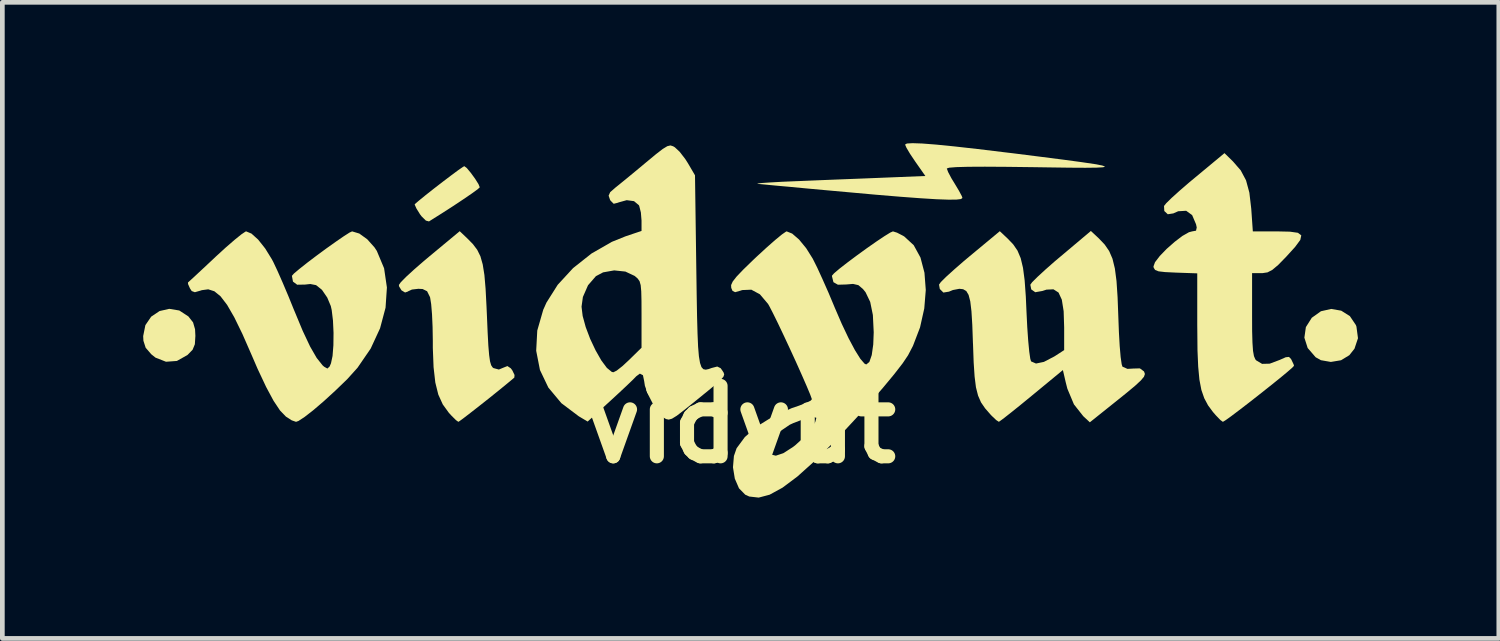
<source format=kicad_pcb>
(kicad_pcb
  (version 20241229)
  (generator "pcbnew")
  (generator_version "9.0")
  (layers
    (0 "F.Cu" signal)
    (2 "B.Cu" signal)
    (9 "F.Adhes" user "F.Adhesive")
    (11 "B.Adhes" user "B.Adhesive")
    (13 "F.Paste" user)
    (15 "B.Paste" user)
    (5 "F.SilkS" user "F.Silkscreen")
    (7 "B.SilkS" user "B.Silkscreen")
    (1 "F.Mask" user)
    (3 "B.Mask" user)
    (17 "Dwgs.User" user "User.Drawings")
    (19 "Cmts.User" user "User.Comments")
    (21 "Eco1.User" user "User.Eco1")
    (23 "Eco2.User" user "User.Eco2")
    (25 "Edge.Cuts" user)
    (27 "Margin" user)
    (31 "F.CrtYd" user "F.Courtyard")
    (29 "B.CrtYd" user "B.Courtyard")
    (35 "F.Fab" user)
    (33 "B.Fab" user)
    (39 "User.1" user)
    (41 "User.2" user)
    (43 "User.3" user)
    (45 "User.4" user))
  (footprint "vidyut"
    (layer "F.Cu")
    (at 12.728 5.992)
    (property "Reference" "vidyut" (at 0 0 0) (layer "F.SilkS") (effects (font (size 1.5 1.5) (thickness 0.3))))
    (attr board_only exclude_from_pos_files exclude_from_bom)
    (fp_poly (pts (xy 12.793 -2.424) (xy 12.977 -2.308) (xy 13.105 -2.118) (xy 13.117 -2.085) (xy 13.15 -1.837) (xy 13.075 -1.613) (xy 12.965 -1.475) (xy 12.789 -1.368) (xy 12.572 -1.332) (xy 12.36 -1.369) (xy 12.248 -1.432) (xy 12.078 -1.629) (xy 12.008 -1.849) (xy 12.04 -2.074) (xy 12.166 -2.273) (xy 12.361 -2.412) (xy 12.579 -2.461)) (stroke (width 0) (type solid)) (fill yes) (layer "F.SilkS"))
    (fp_poly (pts (xy -11.959 -2.428) (xy -11.763 -2.3) (xy -11.763 -2.299) (xy -11.665 -2.174) (xy -11.623 -2.028) (xy -11.616 -1.887) (xy -11.627 -1.709) (xy -11.675 -1.592) (xy -11.78 -1.484) (xy -11.787 -1.478) (xy -12.01 -1.353) (xy -12.242 -1.336) (xy -12.466 -1.424) (xy -12.555 -1.495) (xy -12.675 -1.634) (xy -12.723 -1.783) (xy -12.728 -1.883) (xy -12.681 -2.116) (xy -12.557 -2.297) (xy -12.379 -2.416) (xy -12.172 -2.463)) (stroke (width 0) (type solid)) (fill yes) (layer "F.SilkS"))
    (fp_poly (pts (xy -5.833 -5.461) (xy -5.748 -5.359) (xy -5.657 -5.234) (xy -5.585 -5.119) (xy -5.558 -5.052) (xy -5.602 -5.011) (xy -5.723 -4.923) (xy -5.903 -4.8) (xy -6.124 -4.653) (xy -6.368 -4.496) (xy -6.618 -4.339) (xy -6.64 -4.325) (xy -6.706 -4.343) (xy -6.799 -4.435) (xy -6.832 -4.479) (xy -6.908 -4.602) (xy -6.943 -4.681) (xy -6.942 -4.693) (xy -6.856 -4.767) (xy -6.715 -4.882) (xy -6.539 -5.021) (xy -6.35 -5.167) (xy -6.168 -5.305) (xy -6.017 -5.417) (xy -5.915 -5.487) (xy -5.887 -5.502)) (stroke (width 0) (type solid)) (fill yes) (layer "F.SilkS"))
    (fp_poly (pts (xy -5.822 -3.962) (xy -5.703 -3.841) (xy -5.612 -3.72) (xy -5.544 -3.582) (xy -5.495 -3.409) (xy -5.459 -3.184) (xy -5.434 -2.89) (xy -5.414 -2.509) (xy -5.406 -2.331) (xy -5.39 -1.955) (xy -5.375 -1.675) (xy -5.358 -1.476) (xy -5.339 -1.343) (xy -5.315 -1.261) (xy -5.284 -1.215) (xy -5.266 -1.201) (xy -5.151 -1.17) (xy -5.06 -1.208) (xy -4.969 -1.244) (xy -4.898 -1.197) (xy -4.866 -1.155) (xy -4.817 -1.054) (xy -4.822 -0.998) (xy -4.962 -0.881) (xy -5.142 -0.734) (xy -5.343 -0.572) (xy -5.548 -0.41) (xy -5.736 -0.263) (xy -5.889 -0.145) (xy -5.988 -0.072) (xy -6.015 -0.056) (xy -6.067 -0.094) (xy -6.163 -0.19) (xy -6.217 -0.249) (xy -6.346 -0.427) (xy -6.441 -0.636) (xy -6.505 -0.894) (xy -6.542 -1.22) (xy -6.558 -1.631) (xy -6.558 -1.78) (xy -6.563 -2.076) (xy -6.575 -2.346) (xy -6.593 -2.563) (xy -6.615 -2.701) (xy -6.619 -2.715) (xy -6.68 -2.838) (xy -6.775 -2.885) (xy -6.866 -2.89) (xy -7.003 -2.874) (xy -7.085 -2.836) (xy -7.088 -2.832) (xy -7.149 -2.811) (xy -7.225 -2.857) (xy -7.276 -2.94) (xy -7.281 -2.972) (xy -7.24 -3.03) (xy -7.128 -3.144) (xy -6.959 -3.299) (xy -6.749 -3.482) (xy -6.633 -3.579) (xy -5.985 -4.117)) (stroke (width 0) (type solid)) (fill yes) (layer "F.SilkS"))
    (fp_poly (pts (xy 3.867 -5.985) (xy 4.163 -5.962) (xy 4.554 -5.923) (xy 5.045 -5.868) (xy 5.639 -5.796) (xy 5.808 -5.776) (xy 6.402 -5.701) (xy 6.886 -5.639) (xy 7.263 -5.588) (xy 7.534 -5.548) (xy 7.7 -5.517) (xy 7.763 -5.494) (xy 7.723 -5.479) (xy 7.583 -5.471) (xy 7.344 -5.468) (xy 7.007 -5.47) (xy 6.573 -5.476) (xy 6.239 -5.481) (xy 5.667 -5.488) (xy 5.203 -5.491) (xy 4.846 -5.489) (xy 4.593 -5.482) (xy 4.442 -5.47) (xy 4.391 -5.453) (xy 4.391 -5.453) (xy 4.419 -5.377) (xy 4.49 -5.243) (xy 4.558 -5.132) (xy 4.649 -4.98) (xy 4.71 -4.866) (xy 4.724 -4.825) (xy 4.693 -4.802) (xy 4.594 -4.79) (xy 4.421 -4.789) (xy 4.169 -4.798) (xy 3.83 -4.819) (xy 3.4 -4.851) (xy 2.871 -4.895) (xy 2.251 -4.951) (xy 1.817 -4.99) (xy 1.413 -5.027) (xy 1.053 -5.061) (xy 0.752 -5.088) (xy 0.525 -5.11) (xy 0.388 -5.123) (xy 0.361 -5.126) (xy 0.36 -5.133) (xy 0.457 -5.144) (xy 0.637 -5.156) (xy 0.887 -5.17) (xy 1.193 -5.183) (xy 1.223 -5.184) (xy 1.631 -5.201) (xy 2.078 -5.219) (xy 2.521 -5.236) (xy 2.918 -5.252) (xy 3.092 -5.259) (xy 3.934 -5.293) (xy 3.718 -5.601) (xy 3.608 -5.765) (xy 3.531 -5.895) (xy 3.502 -5.963) (xy 3.541 -5.985) (xy 3.661 -5.992)) (stroke (width 0) (type solid)) (fill yes) (layer "F.SilkS"))
    (fp_poly (pts (xy 10.486 -5.604) (xy 10.652 -5.413) (xy 10.765 -5.201) (xy 10.836 -4.939) (xy 10.876 -4.598) (xy 10.877 -4.585) (xy 10.91 -4.113) (xy 11.43 -4.113) (xy 11.7 -4.107) (xy 11.87 -4.083) (xy 11.942 -4.028) (xy 11.921 -3.931) (xy 11.81 -3.781) (xy 11.619 -3.571) (xy 11.449 -3.397) (xy 11.325 -3.293) (xy 11.223 -3.24) (xy 11.118 -3.224) (xy 11.092 -3.224) (xy 10.894 -3.224) (xy 10.894 -2.338) (xy 10.895 -1.993) (xy 10.902 -1.742) (xy 10.914 -1.568) (xy 10.934 -1.456) (xy 10.963 -1.388) (xy 10.981 -1.366) (xy 11.107 -1.291) (xy 11.27 -1.295) (xy 11.48 -1.374) (xy 11.611 -1.432) (xy 11.68 -1.439) (xy 11.723 -1.395) (xy 11.734 -1.375) (xy 11.778 -1.282) (xy 11.787 -1.249) (xy 11.746 -1.206) (xy 11.634 -1.109) (xy 11.468 -0.972) (xy 11.266 -0.81) (xy 11.045 -0.635) (xy 10.823 -0.461) (xy 10.617 -0.303) (xy 10.445 -0.173) (xy 10.324 -0.087) (xy 10.272 -0.056) (xy 10.218 -0.095) (xy 10.122 -0.195) (xy 10.062 -0.264) (xy 9.956 -0.407) (xy 9.875 -0.559) (xy 9.814 -0.735) (xy 9.772 -0.954) (xy 9.746 -1.231) (xy 9.731 -1.582) (xy 9.727 -2.025) (xy 9.726 -2.12) (xy 9.726 -3.219) (xy 9.268 -3.235) (xy 9.041 -3.246) (xy 8.902 -3.262) (xy 8.829 -3.291) (xy 8.799 -3.337) (xy 8.793 -3.365) (xy 8.826 -3.456) (xy 8.928 -3.589) (xy 9.074 -3.74) (xy 9.243 -3.889) (xy 9.408 -4.015) (xy 9.549 -4.095) (xy 9.617 -4.113) (xy 9.7 -4.128) (xy 9.715 -4.196) (xy 9.7 -4.265) (xy 9.617 -4.46) (xy 9.49 -4.552) (xy 9.32 -4.542) (xy 9.216 -4.496) (xy 9.098 -4.478) (xy 9.024 -4.547) (xy 9.018 -4.654) (xy 9.064 -4.712) (xy 9.18 -4.826) (xy 9.352 -4.981) (xy 9.564 -5.164) (xy 9.669 -5.251) (xy 10.306 -5.78)) (stroke (width 0) (type solid)) (fill yes) (layer "F.SilkS"))
    (fp_poly (pts (xy -8.124 -4.067) (xy -7.955 -3.945) (xy -7.801 -3.773) (xy -7.751 -3.697) (xy -7.596 -3.327) (xy -7.536 -2.918) (xy -7.565 -2.487) (xy -7.682 -2.048) (xy -7.882 -1.616) (xy -8.162 -1.208) (xy -8.381 -0.965) (xy -8.636 -0.719) (xy -8.881 -0.495) (xy -9.103 -0.305) (xy -9.288 -0.161) (xy -9.419 -0.075) (xy -9.472 -0.056) (xy -9.564 -0.088) (xy -9.684 -0.165) (xy -9.688 -0.168) (xy -9.813 -0.298) (xy -9.951 -0.505) (xy -10.109 -0.799) (xy -10.291 -1.186) (xy -10.415 -1.473) (xy -10.614 -1.927) (xy -10.787 -2.282) (xy -10.94 -2.547) (xy -11.08 -2.73) (xy -11.211 -2.837) (xy -11.342 -2.879) (xy -11.478 -2.861) (xy -11.505 -2.852) (xy -11.627 -2.817) (xy -11.694 -2.842) (xy -11.732 -2.9) (xy -11.772 -2.991) (xy -11.774 -3.024) (xy -11.729 -3.065) (xy -11.618 -3.167) (xy -11.456 -3.318) (xy -11.258 -3.503) (xy -11.182 -3.575) (xy -10.97 -3.769) (xy -10.783 -3.931) (xy -10.637 -4.049) (xy -10.548 -4.109) (xy -10.534 -4.113) (xy -10.421 -4.066) (xy -10.279 -3.938) (xy -10.129 -3.749) (xy -9.988 -3.521) (xy -9.957 -3.463) (xy -9.869 -3.276) (xy -9.756 -3.02) (xy -9.632 -2.727) (xy -9.512 -2.431) (xy -9.511 -2.43) (xy -9.33 -1.995) (xy -9.172 -1.66) (xy -9.032 -1.417) (xy -8.906 -1.259) (xy -8.873 -1.23) (xy -8.804 -1.191) (xy -8.757 -1.234) (xy -8.727 -1.304) (xy -8.694 -1.459) (xy -8.676 -1.688) (xy -8.673 -1.951) (xy -8.685 -2.214) (xy -8.712 -2.437) (xy -8.731 -2.522) (xy -8.807 -2.703) (xy -8.915 -2.861) (xy -8.929 -2.876) (xy -9.045 -2.968) (xy -9.168 -2.992) (xy -9.28 -2.98) (xy -9.448 -2.977) (xy -9.537 -3.043) (xy -9.56 -3.166) (xy -9.517 -3.215) (xy -9.403 -3.311) (xy -9.238 -3.442) (xy -9.04 -3.592) (xy -8.831 -3.746) (xy -8.63 -3.889) (xy -8.457 -4.008) (xy -8.332 -4.088) (xy -8.277 -4.113)) (stroke (width 0) (type solid)) (fill yes) (layer "F.SilkS"))
    (fp_poly (pts (xy 7.628 -3.965) (xy 7.753 -3.834) (xy 7.849 -3.695) (xy 7.92 -3.531) (xy 7.971 -3.323) (xy 8.006 -3.056) (xy 8.029 -2.71) (xy 8.044 -2.314) (xy 8.057 -1.969) (xy 8.074 -1.671) (xy 8.094 -1.437) (xy 8.116 -1.284) (xy 8.132 -1.232) (xy 8.239 -1.184) (xy 8.362 -1.191) (xy 8.504 -1.195) (xy 8.589 -1.132) (xy 8.595 -1.122) (xy 8.611 -1.075) (xy 8.591 -1.017) (xy 8.525 -0.938) (xy 8.401 -0.823) (xy 8.207 -0.662) (xy 8.048 -0.534) (xy 7.438 -0.046) (xy 7.298 -0.176) (xy 7.099 -0.428) (xy 6.959 -0.762) (xy 6.924 -0.899) (xy 6.864 -1.159) (xy 6.197 -0.609) (xy 5.966 -0.42) (xy 5.766 -0.259) (xy 5.612 -0.138) (xy 5.519 -0.069) (xy 5.499 -0.057) (xy 5.444 -0.093) (xy 5.349 -0.183) (xy 5.325 -0.208) (xy 5.208 -0.342) (xy 5.12 -0.47) (xy 5.057 -0.614) (xy 5.012 -0.791) (xy 4.983 -1.022) (xy 4.963 -1.324) (xy 4.949 -1.719) (xy 4.948 -1.728) (xy 4.934 -2.119) (xy 4.916 -2.412) (xy 4.891 -2.622) (xy 4.855 -2.76) (xy 4.806 -2.842) (xy 4.739 -2.881) (xy 4.658 -2.89) (xy 4.521 -2.864) (xy 4.436 -2.829) (xy 4.318 -2.81) (xy 4.242 -2.886) (xy 4.225 -2.979) (xy 4.265 -3.035) (xy 4.377 -3.146) (xy 4.546 -3.299) (xy 4.756 -3.482) (xy 4.872 -3.579) (xy 5.52 -4.117) (xy 5.685 -3.962) (xy 5.805 -3.837) (xy 5.897 -3.703) (xy 5.965 -3.542) (xy 6.014 -3.337) (xy 6.049 -3.071) (xy 6.074 -2.725) (xy 6.089 -2.39) (xy 6.105 -2.069) (xy 6.125 -1.783) (xy 6.147 -1.554) (xy 6.169 -1.4) (xy 6.186 -1.344) (xy 6.291 -1.298) (xy 6.459 -1.333) (xy 6.68 -1.448) (xy 6.701 -1.461) (xy 6.891 -1.584) (xy 6.891 -2.067) (xy 6.88 -2.413) (xy 6.841 -2.658) (xy 6.771 -2.81) (xy 6.663 -2.879) (xy 6.514 -2.872) (xy 6.428 -2.844) (xy 6.275 -2.817) (xy 6.19 -2.877) (xy 6.17 -2.977) (xy 6.21 -3.032) (xy 6.322 -3.143) (xy 6.489 -3.297) (xy 6.698 -3.481) (xy 6.815 -3.579) (xy 7.46 -4.122)) (stroke (width 0) (type solid)) (fill yes) (layer "F.SilkS"))
    (fp_poly (pts (xy -1.439 -5.926) (xy -1.402 -5.904) (xy -1.299 -5.808) (xy -1.181 -5.655) (xy -1.123 -5.564) (xy -0.973 -5.308) (xy -0.945 -3.296) (xy -0.937 -2.744) (xy -0.929 -2.293) (xy -0.919 -1.934) (xy -0.907 -1.657) (xy -0.89 -1.453) (xy -0.866 -1.311) (xy -0.836 -1.223) (xy -0.796 -1.178) (xy -0.745 -1.167) (xy -0.683 -1.18) (xy -0.619 -1.203) (xy -0.499 -1.234) (xy -0.427 -1.199) (xy -0.393 -1.152) (xy -0.363 -1.105) (xy -0.351 -1.064) (xy -0.367 -1.018) (xy -0.422 -0.953) (xy -0.528 -0.857) (xy -0.695 -0.718) (xy -0.935 -0.523) (xy -0.99 -0.478) (xy -1.21 -0.302) (xy -1.361 -0.186) (xy -1.463 -0.123) (xy -1.534 -0.103) (xy -1.591 -0.116) (xy -1.641 -0.145) (xy -1.749 -0.255) (xy -1.866 -0.432) (xy -1.97 -0.634) (xy -2.04 -0.822) (xy -2.056 -0.925) (xy -2.082 -1.049) (xy -2.147 -1.083) (xy -2.224 -1.027) (xy -2.292 -0.957) (xy -2.422 -0.832) (xy -2.596 -0.669) (xy -2.777 -0.502) (xy -3.26 -0.062) (xy -3.45 -0.175) (xy -3.82 -0.454) (xy -4.097 -0.786) (xy -4.276 -1.161) (xy -4.356 -1.57) (xy -4.333 -2.001) (xy -4.205 -2.446) (xy -4.176 -2.509) (xy -3.39 -2.509) (xy -3.366 -2.311) (xy -3.301 -2.074) (xy -3.206 -1.823) (xy -3.091 -1.579) (xy -2.969 -1.365) (xy -2.85 -1.205) (xy -2.745 -1.119) (xy -2.711 -1.112) (xy -2.64 -1.148) (xy -2.518 -1.244) (xy -2.378 -1.374) (xy -2.112 -1.635) (xy -2.112 -2.342) (xy -2.113 -2.634) (xy -2.118 -2.835) (xy -2.13 -2.967) (xy -2.154 -3.052) (xy -2.194 -3.108) (xy -2.252 -3.159) (xy -2.258 -3.164) (xy -2.456 -3.257) (xy -2.695 -3.282) (xy -2.931 -3.24) (xy -3.084 -3.159) (xy -3.252 -2.965) (xy -3.361 -2.716) (xy -3.39 -2.509) (xy -4.176 -2.509) (xy -4.138 -2.595) (xy -3.898 -2.975) (xy -3.57 -3.331) (xy -3.177 -3.642) (xy -2.743 -3.891) (xy -2.455 -4.007) (xy -2.112 -4.123) (xy -2.112 -4.344) (xy -2.126 -4.516) (xy -2.161 -4.655) (xy -2.17 -4.672) (xy -2.272 -4.757) (xy -2.428 -4.778) (xy -2.601 -4.73) (xy -2.614 -4.724) (xy -2.705 -4.701) (xy -2.773 -4.769) (xy -2.783 -4.787) (xy -2.813 -4.874) (xy -2.78 -4.948) (xy -2.672 -5.043) (xy -2.558 -5.135) (xy -2.384 -5.277) (xy -2.177 -5.448) (xy -2.014 -5.584) (xy -1.804 -5.758) (xy -1.66 -5.869) (xy -1.563 -5.928) (xy -1.496 -5.944)) (stroke (width 0) (type solid)) (fill yes) (layer "F.SilkS"))
    (fp_poly (pts (xy 1.097 -4.066) (xy 1.243 -3.94) (xy 1.395 -3.755) (xy 1.535 -3.532) (xy 1.542 -3.518) (xy 1.631 -3.34) (xy 1.745 -3.091) (xy 1.872 -2.804) (xy 1.995 -2.511) (xy 1.998 -2.503) (xy 2.151 -2.148) (xy 2.299 -1.836) (xy 2.435 -1.581) (xy 2.551 -1.396) (xy 2.64 -1.294) (xy 2.675 -1.278) (xy 2.741 -1.331) (xy 2.792 -1.478) (xy 2.824 -1.704) (xy 2.834 -1.963) (xy 2.816 -2.332) (xy 2.759 -2.611) (xy 2.66 -2.817) (xy 2.604 -2.886) (xy 2.507 -2.968) (xy 2.393 -2.994) (xy 2.248 -2.982) (xy 2.071 -2.977) (xy 1.976 -3.031) (xy 1.945 -3.156) (xy 1.945 -3.17) (xy 1.988 -3.219) (xy 2.103 -3.317) (xy 2.27 -3.447) (xy 2.469 -3.596) (xy 2.68 -3.749) (xy 2.884 -3.892) (xy 3.059 -4.009) (xy 3.187 -4.088) (xy 3.244 -4.113) (xy 3.33 -4.086) (xy 3.46 -4.019) (xy 3.485 -4.004) (xy 3.686 -3.819) (xy 3.83 -3.556) (xy 3.915 -3.232) (xy 3.943 -2.865) (xy 3.911 -2.471) (xy 3.821 -2.068) (xy 3.67 -1.674) (xy 3.565 -1.473) (xy 3.45 -1.302) (xy 3.27 -1.07) (xy 3.038 -0.79) (xy 2.77 -0.48) (xy 2.479 -0.155) (xy 2.178 0.169) (xy 1.882 0.476) (xy 1.605 0.751) (xy 1.577 0.778) (xy 1.208 1.109) (xy 0.89 1.347) (xy 0.617 1.496) (xy 0.384 1.558) (xy 0.183 1.535) (xy 0.097 1.496) (xy -0.036 1.36) (xy -0.125 1.154) (xy -0.164 0.913) (xy -0.144 0.671) (xy -0.097 0.536) (xy 0.611 0.536) (xy 0.647 0.64) (xy 0.749 0.665) (xy 0.908 0.612) (xy 1.113 0.481) (xy 1.161 0.444) (xy 1.344 0.278) (xy 1.494 0.103) (xy 1.589 -0.053) (xy 1.612 -0.141) (xy 1.566 -0.157) (xy 1.448 -0.139) (xy 1.29 -0.094) (xy 1.121 -0.029) (xy 1.047 0.005) (xy 0.839 0.146) (xy 0.687 0.319) (xy 0.614 0.495) (xy 0.611 0.536) (xy -0.097 0.536) (xy -0.087 0.507) (xy 0.09 0.267) (xy 0.358 0.035) (xy 0.697 -0.175) (xy 1.088 -0.348) (xy 1.223 -0.394) (xy 1.385 -0.454) (xy 1.492 -0.508) (xy 1.517 -0.538) (xy 1.482 -0.635) (xy 1.408 -0.812) (xy 1.305 -1.048) (xy 1.183 -1.321) (xy 1.05 -1.611) (xy 0.917 -1.896) (xy 0.793 -2.157) (xy 0.687 -2.372) (xy 0.61 -2.521) (xy 0.583 -2.568) (xy 0.409 -2.773) (xy 0.227 -2.871) (xy 0.033 -2.863) (xy -0.002 -2.851) (xy -0.118 -2.818) (xy -0.174 -2.846) (xy -0.201 -2.909) (xy -0.204 -2.969) (xy -0.17 -3.044) (xy -0.089 -3.148) (xy 0.051 -3.295) (xy 0.26 -3.498) (xy 0.337 -3.571) (xy 0.548 -3.765) (xy 0.734 -3.929) (xy 0.879 -4.048) (xy 0.966 -4.108) (xy 0.98 -4.113)) (stroke (width 0) (type solid)) (fill yes) (layer "F.SilkS")))
  (gr_rect
    (start -3 -3)
    (end 28.878 10.55)
    (stroke (width 0.1) (type default))
    (fill no)
    (layer "Edge.Cuts")))
</source>
